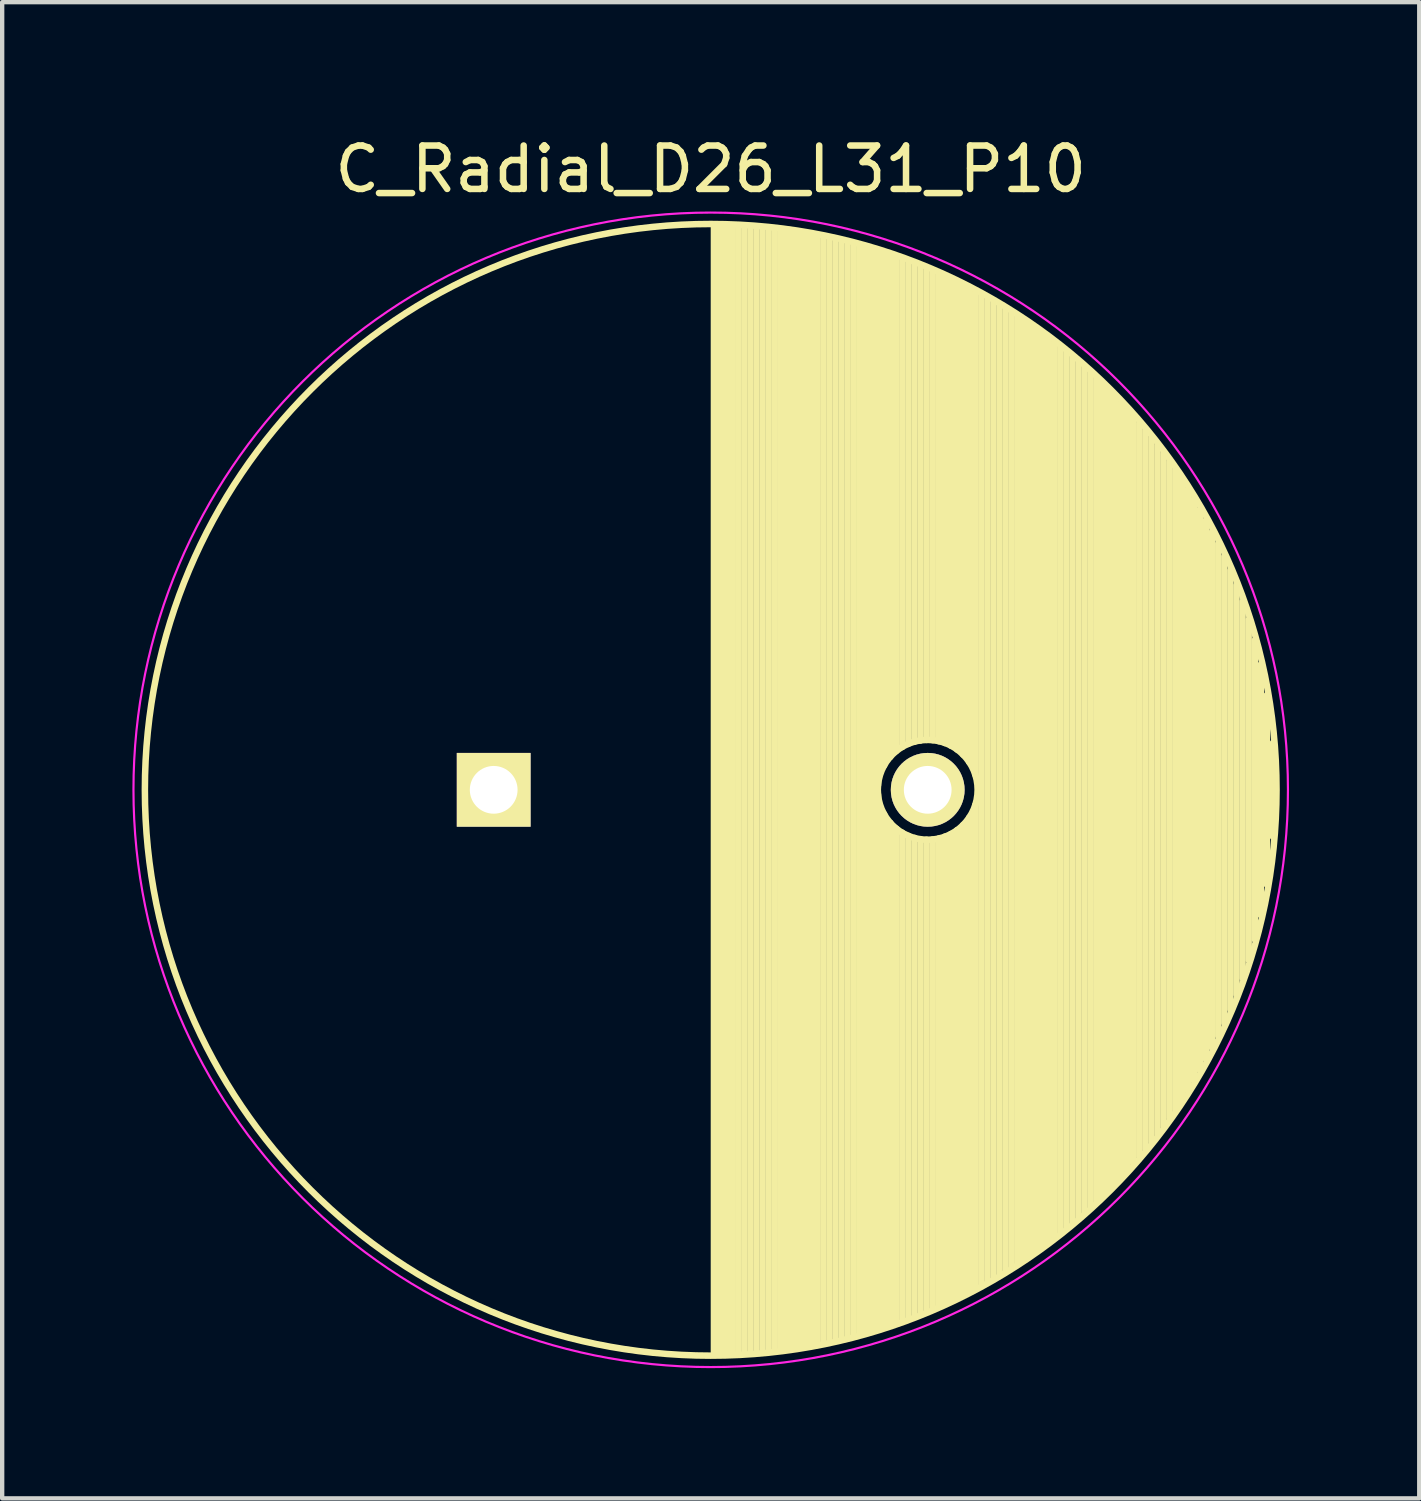
<source format=kicad_pcb>
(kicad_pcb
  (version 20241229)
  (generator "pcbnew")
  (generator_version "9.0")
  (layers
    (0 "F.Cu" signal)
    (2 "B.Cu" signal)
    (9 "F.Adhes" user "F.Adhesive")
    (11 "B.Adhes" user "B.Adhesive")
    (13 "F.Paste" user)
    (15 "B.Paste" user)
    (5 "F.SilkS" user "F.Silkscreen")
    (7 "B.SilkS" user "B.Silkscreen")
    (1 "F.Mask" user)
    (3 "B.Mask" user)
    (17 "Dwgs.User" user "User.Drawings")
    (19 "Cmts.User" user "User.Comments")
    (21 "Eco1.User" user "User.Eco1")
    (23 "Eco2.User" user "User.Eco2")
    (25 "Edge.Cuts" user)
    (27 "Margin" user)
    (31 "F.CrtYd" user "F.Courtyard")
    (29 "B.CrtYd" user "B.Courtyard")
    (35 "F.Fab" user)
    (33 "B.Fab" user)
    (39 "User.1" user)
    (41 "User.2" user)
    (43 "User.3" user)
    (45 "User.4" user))
  (footprint "C_Radial_D26_L31_P10"
    (layer "F.Cu")
    (at 8.325 15.148)
    (property "Reference" "C_Radial_D26_L31_P10" (at 5 -14.3 0) (layer "F.SilkS") (effects (font (size 1 1) (thickness 0.15))))
    (attr through_hole)
    (fp_line (start 5.075 -13) (end 5.075 13) (stroke (width 0.15) (type solid)) (layer "F.SilkS"))
    (fp_line (start 5.215 -12.998) (end 5.215 12.998) (stroke (width 0.15) (type solid)) (layer "F.SilkS"))
    (fp_line (start 5.355 -12.995) (end 5.355 12.995) (stroke (width 0.15) (type solid)) (layer "F.SilkS"))
    (fp_line (start 5.495 -12.991) (end 5.495 12.991) (stroke (width 0.15) (type solid)) (layer "F.SilkS"))
    (fp_line (start 5.635 -12.984) (end 5.635 12.984) (stroke (width 0.15) (type solid)) (layer "F.SilkS"))
    (fp_line (start 5.775 -12.977) (end 5.775 12.977) (stroke (width 0.15) (type solid)) (layer "F.SilkS"))
    (fp_line (start 5.915 -12.968) (end 5.915 12.968) (stroke (width 0.15) (type solid)) (layer "F.SilkS"))
    (fp_line (start 6.055 -12.957) (end 6.055 12.957) (stroke (width 0.15) (type solid)) (layer "F.SilkS"))
    (fp_line (start 6.195 -12.945) (end 6.195 12.945) (stroke (width 0.15) (type solid)) (layer "F.SilkS"))
    (fp_line (start 6.335 -12.931) (end 6.335 12.931) (stroke (width 0.15) (type solid)) (layer "F.SilkS"))
    (fp_line (start 6.475 -12.916) (end 6.475 12.916) (stroke (width 0.15) (type solid)) (layer "F.SilkS"))
    (fp_line (start 6.615 -12.899) (end 6.615 12.899) (stroke (width 0.15) (type solid)) (layer "F.SilkS"))
    (fp_line (start 6.755 -12.881) (end 6.755 12.881) (stroke (width 0.15) (type solid)) (layer "F.SilkS"))
    (fp_line (start 6.895 -12.861) (end 6.895 12.861) (stroke (width 0.15) (type solid)) (layer "F.SilkS"))
    (fp_line (start 7.035 -12.84) (end 7.035 12.84) (stroke (width 0.15) (type solid)) (layer "F.SilkS"))
    (fp_line (start 7.175 -12.817) (end 7.175 12.817) (stroke (width 0.15) (type solid)) (layer "F.SilkS"))
    (fp_line (start 7.315 -12.792) (end 7.315 12.792) (stroke (width 0.15) (type solid)) (layer "F.SilkS"))
    (fp_line (start 7.455 -12.766) (end 7.455 12.766) (stroke (width 0.15) (type solid)) (layer "F.SilkS"))
    (fp_line (start 7.595 -12.738) (end 7.595 12.738) (stroke (width 0.15) (type solid)) (layer "F.SilkS"))
    (fp_line (start 7.735 -12.709) (end 7.735 12.709) (stroke (width 0.15) (type solid)) (layer "F.SilkS"))
    (fp_line (start 7.875 -12.678) (end 7.875 12.678) (stroke (width 0.15) (type solid)) (layer "F.SilkS"))
    (fp_line (start 8.015 -12.646) (end 8.015 12.646) (stroke (width 0.15) (type solid)) (layer "F.SilkS"))
    (fp_line (start 8.155 -12.611) (end 8.155 12.611) (stroke (width 0.15) (type solid)) (layer "F.SilkS"))
    (fp_line (start 8.295 -12.575) (end 8.295 12.575) (stroke (width 0.15) (type solid)) (layer "F.SilkS"))
    (fp_line (start 8.435 -12.538) (end 8.435 12.538) (stroke (width 0.15) (type solid)) (layer "F.SilkS"))
    (fp_line (start 8.575 -12.499) (end 8.575 12.499) (stroke (width 0.15) (type solid)) (layer "F.SilkS"))
    (fp_line (start 8.715 -12.458) (end 8.715 12.458) (stroke (width 0.15) (type solid)) (layer "F.SilkS"))
    (fp_line (start 8.855 -12.415) (end 8.855 -0.107) (stroke (width 0.15) (type solid)) (layer "F.SilkS"))
    (fp_line (start 8.855 0.107) (end 8.855 12.415) (stroke (width 0.15) (type solid)) (layer "F.SilkS"))
    (fp_line (start 8.995 -12.371) (end 8.995 -0.559) (stroke (width 0.15) (type solid)) (layer "F.SilkS"))
    (fp_line (start 8.995 0.559) (end 8.995 12.371) (stroke (width 0.15) (type solid)) (layer "F.SilkS"))
    (fp_line (start 9.135 -12.325) (end 9.135 -0.758) (stroke (width 0.15) (type solid)) (layer "F.SilkS"))
    (fp_line (start 9.135 0.758) (end 9.135 12.325) (stroke (width 0.15) (type solid)) (layer "F.SilkS"))
    (fp_line (start 9.275 -12.277) (end 9.275 -0.893) (stroke (width 0.15) (type solid)) (layer "F.SilkS"))
    (fp_line (start 9.275 0.893) (end 9.275 12.277) (stroke (width 0.15) (type solid)) (layer "F.SilkS"))
    (fp_line (start 9.415 -12.227) (end 9.415 -0.99) (stroke (width 0.15) (type solid)) (layer "F.SilkS"))
    (fp_line (start 9.415 0.99) (end 9.415 12.227) (stroke (width 0.15) (type solid)) (layer "F.SilkS"))
    (fp_line (start 9.555 -12.176) (end 9.555 -1.06) (stroke (width 0.15) (type solid)) (layer "F.SilkS"))
    (fp_line (start 9.555 1.06) (end 9.555 12.176) (stroke (width 0.15) (type solid)) (layer "F.SilkS"))
    (fp_line (start 9.695 -12.123) (end 9.695 -1.109) (stroke (width 0.15) (type solid)) (layer "F.SilkS"))
    (fp_line (start 9.695 1.109) (end 9.695 12.123) (stroke (width 0.15) (type solid)) (layer "F.SilkS"))
    (fp_line (start 9.835 -12.067) (end 9.835 -1.138) (stroke (width 0.15) (type solid)) (layer "F.SilkS"))
    (fp_line (start 9.835 1.138) (end 9.835 12.067) (stroke (width 0.15) (type solid)) (layer "F.SilkS"))
    (fp_line (start 9.975 -12.01) (end 9.975 -1.15) (stroke (width 0.15) (type solid)) (layer "F.SilkS"))
    (fp_line (start 9.975 1.15) (end 9.975 12.01) (stroke (width 0.15) (type solid)) (layer "F.SilkS"))
    (fp_line (start 10.115 -11.951) (end 10.115 -1.144) (stroke (width 0.15) (type solid)) (layer "F.SilkS"))
    (fp_line (start 10.115 1.144) (end 10.115 11.951) (stroke (width 0.15) (type solid)) (layer "F.SilkS"))
    (fp_line (start 10.255 -11.891) (end 10.255 -1.121) (stroke (width 0.15) (type solid)) (layer "F.SilkS"))
    (fp_line (start 10.255 1.121) (end 10.255 11.891) (stroke (width 0.15) (type solid)) (layer "F.SilkS"))
    (fp_line (start 10.395 -11.828) (end 10.395 -1.08) (stroke (width 0.15) (type solid)) (layer "F.SilkS"))
    (fp_line (start 10.395 1.08) (end 10.395 11.828) (stroke (width 0.15) (type solid)) (layer "F.SilkS"))
    (fp_line (start 10.535 -11.763) (end 10.535 -1.018) (stroke (width 0.15) (type solid)) (layer "F.SilkS"))
    (fp_line (start 10.535 1.018) (end 10.535 11.763) (stroke (width 0.15) (type solid)) (layer "F.SilkS"))
    (fp_line (start 10.675 -11.696) (end 10.675 -0.931) (stroke (width 0.15) (type solid)) (layer "F.SilkS"))
    (fp_line (start 10.675 0.931) (end 10.675 11.696) (stroke (width 0.15) (type solid)) (layer "F.SilkS"))
    (fp_line (start 10.815 -11.627) (end 10.815 -0.811) (stroke (width 0.15) (type solid)) (layer "F.SilkS"))
    (fp_line (start 10.815 0.811) (end 10.815 11.627) (stroke (width 0.15) (type solid)) (layer "F.SilkS"))
    (fp_line (start 10.955 -11.556) (end 10.955 -0.641) (stroke (width 0.15) (type solid)) (layer "F.SilkS"))
    (fp_line (start 10.955 0.641) (end 10.955 11.556) (stroke (width 0.15) (type solid)) (layer "F.SilkS"))
    (fp_line (start 11.095 -11.483) (end 11.095 -0.351) (stroke (width 0.15) (type solid)) (layer "F.SilkS"))
    (fp_line (start 11.095 0.351) (end 11.095 11.483) (stroke (width 0.15) (type solid)) (layer "F.SilkS"))
    (fp_line (start 11.235 -11.407) (end 11.235 11.407) (stroke (width 0.15) (type solid)) (layer "F.SilkS"))
    (fp_line (start 11.375 -11.33) (end 11.375 11.33) (stroke (width 0.15) (type solid)) (layer "F.SilkS"))
    (fp_line (start 11.515 -11.25) (end 11.515 11.25) (stroke (width 0.15) (type solid)) (layer "F.SilkS"))
    (fp_line (start 11.655 -11.167) (end 11.655 11.167) (stroke (width 0.15) (type solid)) (layer "F.SilkS"))
    (fp_line (start 11.795 -11.083) (end 11.795 11.083) (stroke (width 0.15) (type solid)) (layer "F.SilkS"))
    (fp_line (start 11.935 -10.996) (end 11.935 10.996) (stroke (width 0.15) (type solid)) (layer "F.SilkS"))
    (fp_line (start 12.075 -10.906) (end 12.075 10.906) (stroke (width 0.15) (type solid)) (layer "F.SilkS"))
    (fp_line (start 12.215 -10.814) (end 12.215 10.814) (stroke (width 0.15) (type solid)) (layer "F.SilkS"))
    (fp_line (start 12.355 -10.719) (end 12.355 10.719) (stroke (width 0.15) (type solid)) (layer "F.SilkS"))
    (fp_line (start 12.495 -10.622) (end 12.495 10.622) (stroke (width 0.15) (type solid)) (layer "F.SilkS"))
    (fp_line (start 12.635 -10.522) (end 12.635 10.522) (stroke (width 0.15) (type solid)) (layer "F.SilkS"))
    (fp_line (start 12.775 -10.419) (end 12.775 10.419) (stroke (width 0.15) (type solid)) (layer "F.SilkS"))
    (fp_line (start 12.915 -10.313) (end 12.915 10.313) (stroke (width 0.15) (type solid)) (layer "F.SilkS"))
    (fp_line (start 13.055 -10.204) (end 13.055 10.204) (stroke (width 0.15) (type solid)) (layer "F.SilkS"))
    (fp_line (start 13.195 -10.092) (end 13.195 10.092) (stroke (width 0.15) (type solid)) (layer "F.SilkS"))
    (fp_line (start 13.335 -9.976) (end 13.335 9.976) (stroke (width 0.15) (type solid)) (layer "F.SilkS"))
    (fp_line (start 13.475 -9.858) (end 13.475 9.858) (stroke (width 0.15) (type solid)) (layer "F.SilkS"))
    (fp_line (start 13.615 -9.736) (end 13.615 9.736) (stroke (width 0.15) (type solid)) (layer "F.SilkS"))
    (fp_line (start 13.755 -9.61) (end 13.755 9.61) (stroke (width 0.15) (type solid)) (layer "F.SilkS"))
    (fp_line (start 13.895 -9.48) (end 13.895 9.48) (stroke (width 0.15) (type solid)) (layer "F.SilkS"))
    (fp_line (start 14.035 -9.347) (end 14.035 9.347) (stroke (width 0.15) (type solid)) (layer "F.SilkS"))
    (fp_line (start 14.175 -9.21) (end 14.175 9.21) (stroke (width 0.15) (type solid)) (layer "F.SilkS"))
    (fp_line (start 14.315 -9.068) (end 14.315 9.068) (stroke (width 0.15) (type solid)) (layer "F.SilkS"))
    (fp_line (start 14.455 -8.922) (end 14.455 8.922) (stroke (width 0.15) (type solid)) (layer "F.SilkS"))
    (fp_line (start 14.595 -8.771) (end 14.595 8.771) (stroke (width 0.15) (type solid)) (layer "F.SilkS"))
    (fp_line (start 14.735 -8.616) (end 14.735 8.616) (stroke (width 0.15) (type solid)) (layer "F.SilkS"))
    (fp_line (start 14.875 -8.455) (end 14.875 8.455) (stroke (width 0.15) (type solid)) (layer "F.SilkS"))
    (fp_line (start 15.015 -8.289) (end 15.015 8.289) (stroke (width 0.15) (type solid)) (layer "F.SilkS"))
    (fp_line (start 15.155 -8.116) (end 15.155 8.116) (stroke (width 0.15) (type solid)) (layer "F.SilkS"))
    (fp_line (start 15.295 -7.938) (end 15.295 7.938) (stroke (width 0.15) (type solid)) (layer "F.SilkS"))
    (fp_line (start 15.435 -7.753) (end 15.435 7.753) (stroke (width 0.15) (type solid)) (layer "F.SilkS"))
    (fp_line (start 15.575 -7.561) (end 15.575 7.561) (stroke (width 0.15) (type solid)) (layer "F.SilkS"))
    (fp_line (start 15.715 -7.361) (end 15.715 7.361) (stroke (width 0.15) (type solid)) (layer "F.SilkS"))
    (fp_line (start 15.855 -7.153) (end 15.855 7.153) (stroke (width 0.15) (type solid)) (layer "F.SilkS"))
    (fp_line (start 15.995 -6.936) (end 15.995 6.936) (stroke (width 0.15) (type solid)) (layer "F.SilkS"))
    (fp_line (start 16.135 -6.709) (end 16.135 6.709) (stroke (width 0.15) (type solid)) (layer "F.SilkS"))
    (fp_line (start 16.275 -6.471) (end 16.275 6.471) (stroke (width 0.15) (type solid)) (layer "F.SilkS"))
    (fp_line (start 16.415 -6.221) (end 16.415 6.221) (stroke (width 0.15) (type solid)) (layer "F.SilkS"))
    (fp_line (start 16.555 -5.957) (end 16.555 5.957) (stroke (width 0.15) (type solid)) (layer "F.SilkS"))
    (fp_line (start 16.695 -5.677) (end 16.695 5.677) (stroke (width 0.15) (type solid)) (layer "F.SilkS"))
    (fp_line (start 16.835 -5.379) (end 16.835 5.379) (stroke (width 0.15) (type solid)) (layer "F.SilkS"))
    (fp_line (start 16.975 -5.06) (end 16.975 5.06) (stroke (width 0.15) (type solid)) (layer "F.SilkS"))
    (fp_line (start 17.115 -4.715) (end 17.115 4.715) (stroke (width 0.15) (type solid)) (layer "F.SilkS"))
    (fp_line (start 17.255 -4.338) (end 17.255 4.338) (stroke (width 0.15) (type solid)) (layer "F.SilkS"))
    (fp_line (start 17.395 -3.92) (end 17.395 3.92) (stroke (width 0.15) (type solid)) (layer "F.SilkS"))
    (fp_line (start 17.535 -3.446) (end 17.535 3.446) (stroke (width 0.15) (type solid)) (layer "F.SilkS"))
    (fp_line (start 17.675 -2.889) (end 17.675 2.889) (stroke (width 0.15) (type solid)) (layer "F.SilkS"))
    (fp_line (start 17.815 -2.185) (end 17.815 2.185) (stroke (width 0.15) (type solid)) (layer "F.SilkS"))
    (fp_line (start 17.955 -1.081) (end 17.955 1.081) (stroke (width 0.15) (type solid)) (layer "F.SilkS"))
    (fp_circle (center 5 0) (end 5 -13.037) (stroke (width 0.15) (type solid)) (fill no) (layer "F.SilkS"))
    (fp_circle (center 10 0) (end 10 -1.15) (stroke (width 0.15) (type solid)) (fill no) (layer "F.SilkS"))
    (fp_circle (center 5 0) (end 5 -13.3) (stroke (width 0.05) (type solid)) (fill no) (layer "F.CrtYd"))
    (pad "1" thru_hole rect (at 0 0) (size 1.7 1.7) (drill 1.1) (layers "*.Cu" "*.Mask" "F.SilkS"))
    (pad "2" thru_hole circle (at 10 0) (size 1.7 1.7) (drill 1.1) (layers "*.Cu" "*.Mask" "F.SilkS")))
  (gr_rect
    (start -3 -3)
    (end 29.65 31.473)
    (stroke (width 0.1) (type default))
    (fill no)
    (layer "Edge.Cuts")))
</source>
